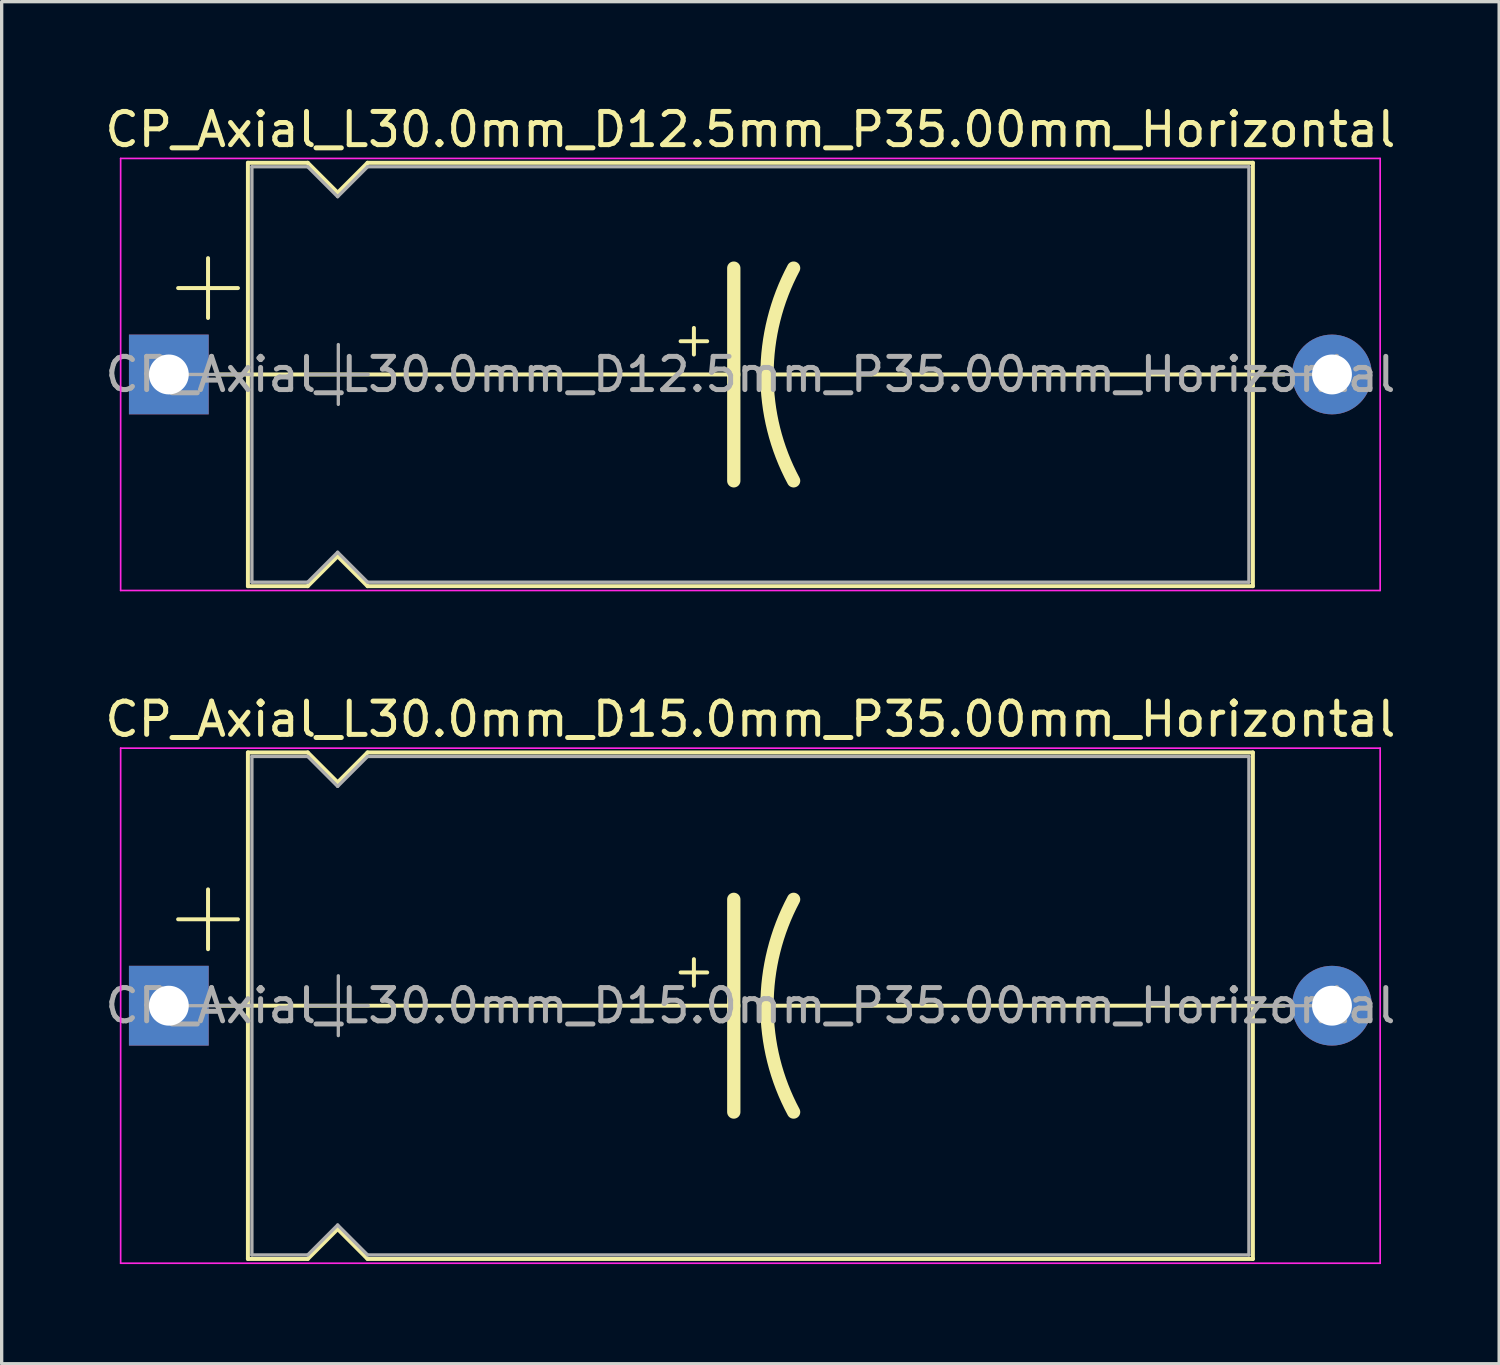
<source format=kicad_pcb>
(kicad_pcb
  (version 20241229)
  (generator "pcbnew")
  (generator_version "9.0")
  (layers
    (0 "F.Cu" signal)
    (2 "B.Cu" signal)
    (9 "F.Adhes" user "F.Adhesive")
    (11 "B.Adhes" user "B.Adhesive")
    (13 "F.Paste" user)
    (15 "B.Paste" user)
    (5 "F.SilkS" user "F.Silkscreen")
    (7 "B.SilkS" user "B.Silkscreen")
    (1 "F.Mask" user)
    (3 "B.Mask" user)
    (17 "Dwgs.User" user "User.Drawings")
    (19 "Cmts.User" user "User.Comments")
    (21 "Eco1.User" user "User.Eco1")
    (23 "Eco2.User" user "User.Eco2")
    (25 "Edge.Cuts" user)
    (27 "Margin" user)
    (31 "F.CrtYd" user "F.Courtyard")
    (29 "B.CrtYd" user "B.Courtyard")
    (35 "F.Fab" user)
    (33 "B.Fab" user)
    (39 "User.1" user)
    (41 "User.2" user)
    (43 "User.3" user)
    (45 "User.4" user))
  (footprint "CP_Axial_L30.0mm_D12.5mm_P35.00mm_Horizontal"
    (layer "F.Cu")
    (at 2.03 8.218)
    (property "Reference" "CP_Axial_L30.0mm_D12.5mm_P35.00mm_Horizontal" (at 17.5 -7.37 0) (layer "F.SilkS") (effects (font (size 1 1) (thickness 0.15))))
    (attr through_hole)
    (fp_line (start 0.28 -2.6) (end 2.08 -2.6) (stroke (width 0.12) (type solid)) (layer "F.SilkS"))
    (fp_line (start 1.18 -3.5) (end 1.18 -1.7) (stroke (width 0.12) (type solid)) (layer "F.SilkS"))
    (fp_line (start 1.44 0) (end 2.38 0) (stroke (width 0.12) (type solid)) (layer "F.SilkS"))
    (fp_line (start 2.38 -6.37) (end 2.38 6.37) (stroke (width 0.12) (type solid)) (layer "F.SilkS"))
    (fp_line (start 2.38 -6.37) (end 4.18 -6.37) (stroke (width 0.12) (type solid)) (layer "F.SilkS"))
    (fp_line (start 2.38 0) (end 17 0) (stroke (width 0.12) (type solid)) (layer "F.SilkS"))
    (fp_line (start 2.38 6.37) (end 4.18 6.37) (stroke (width 0.12) (type solid)) (layer "F.SilkS"))
    (fp_line (start 4.18 -6.37) (end 5.08 -5.47) (stroke (width 0.12) (type solid)) (layer "F.SilkS"))
    (fp_line (start 4.18 6.37) (end 5.08 5.47) (stroke (width 0.12) (type solid)) (layer "F.SilkS"))
    (fp_line (start 5.08 -5.47) (end 5.98 -6.37) (stroke (width 0.12) (type solid)) (layer "F.SilkS"))
    (fp_line (start 5.08 5.47) (end 5.98 6.37) (stroke (width 0.12) (type solid)) (layer "F.SilkS"))
    (fp_line (start 5.98 -6.37) (end 32.62 -6.37) (stroke (width 0.12) (type solid)) (layer "F.SilkS"))
    (fp_line (start 5.98 6.37) (end 32.62 6.37) (stroke (width 0.12) (type solid)) (layer "F.SilkS"))
    (fp_line (start 15.4 -1) (end 16.2 -1) (stroke (width 0.12) (type solid)) (layer "F.SilkS"))
    (fp_line (start 15.8 -1.4) (end 15.8 -0.6) (stroke (width 0.12) (type solid)) (layer "F.SilkS"))
    (fp_line (start 17 0) (end 17 -3.2) (stroke (width 0.4) (type solid)) (layer "F.SilkS"))
    (fp_line (start 17 0) (end 17 3.2) (stroke (width 0.4) (type solid)) (layer "F.SilkS"))
    (fp_line (start 32.62 -6.37) (end 32.62 6.37) (stroke (width 0.12) (type solid)) (layer "F.SilkS"))
    (fp_line (start 32.62 0) (end 18 0) (stroke (width 0.12) (type solid)) (layer "F.SilkS"))
    (fp_line (start 33.56 0) (end 32.62 0) (stroke (width 0.12) (type solid)) (layer "F.SilkS"))
    (fp_arc (start 18 0) (mid 18.203545 -1.649114) (end 18.8 -3.2) (stroke (width 0.4) (type solid)) (layer "F.SilkS"))
    (fp_arc (start 18.8 3.2) (mid 18.200709 1.649823) (end 18 0) (stroke (width 0.4) (type solid)) (layer "F.SilkS"))
    (fp_line (start -1.45 -6.5) (end -1.45 6.5) (stroke (width 0.05) (type solid)) (layer "F.CrtYd"))
    (fp_line (start -1.45 6.5) (end 36.45 6.5) (stroke (width 0.05) (type solid)) (layer "F.CrtYd"))
    (fp_line (start 36.45 -6.5) (end -1.45 -6.5) (stroke (width 0.05) (type solid)) (layer "F.CrtYd"))
    (fp_line (start 36.45 6.5) (end 36.45 -6.5) (stroke (width 0.05) (type solid)) (layer "F.CrtYd"))
    (fp_line (start 0 0) (end 2.5 0) (stroke (width 0.1) (type solid)) (layer "F.Fab"))
    (fp_line (start 2.5 -6.25) (end 2.5 6.25) (stroke (width 0.1) (type solid)) (layer "F.Fab"))
    (fp_line (start 2.5 -6.25) (end 4.18 -6.25) (stroke (width 0.1) (type solid)) (layer "F.Fab"))
    (fp_line (start 2.5 6.25) (end 4.18 6.25) (stroke (width 0.1) (type solid)) (layer "F.Fab"))
    (fp_line (start 4.18 -6.25) (end 5.08 -5.35) (stroke (width 0.1) (type solid)) (layer "F.Fab"))
    (fp_line (start 4.18 6.25) (end 5.08 5.35) (stroke (width 0.1) (type solid)) (layer "F.Fab"))
    (fp_line (start 4.2 0) (end 6 0) (stroke (width 0.1) (type solid)) (layer "F.Fab"))
    (fp_line (start 5.08 -5.35) (end 5.98 -6.25) (stroke (width 0.1) (type solid)) (layer "F.Fab"))
    (fp_line (start 5.08 5.35) (end 5.98 6.25) (stroke (width 0.1) (type solid)) (layer "F.Fab"))
    (fp_line (start 5.1 -0.9) (end 5.1 0.9) (stroke (width 0.1) (type solid)) (layer "F.Fab"))
    (fp_line (start 5.98 -6.25) (end 32.5 -6.25) (stroke (width 0.1) (type solid)) (layer "F.Fab"))
    (fp_line (start 5.98 6.25) (end 32.5 6.25) (stroke (width 0.1) (type solid)) (layer "F.Fab"))
    (fp_line (start 32.5 -6.25) (end 32.5 6.25) (stroke (width 0.1) (type solid)) (layer "F.Fab"))
    (fp_line (start 35 0) (end 32.5 0) (stroke (width 0.1) (type solid)) (layer "F.Fab"))
    (fp_text user "${REFERENCE}" (at 17.5 0 0) (layer "F.Fab") (effects (font (size 1 1) (thickness 0.15))))
    (pad "1" thru_hole rect (at 0 0) (size 2.4 2.4) (drill 1.2) (layers "*.Cu" "*.Mask"))
    (pad "2" thru_hole oval (at 35 0) (size 2.4 2.4) (drill 1.2) (layers "*.Cu" "*.Mask")))
  (footprint "CP_Axial_L30.0mm_D15.0mm_P35.00mm_Horizontal"
    (layer "F.Cu")
    (at 2.03 27.212)
    (property "Reference" "CP_Axial_L30.0mm_D15.0mm_P35.00mm_Horizontal" (at 17.5 -8.62 0) (layer "F.SilkS") (effects (font (size 1 1) (thickness 0.15))))
    (attr through_hole)
    (fp_line (start 0.28 -2.6) (end 2.08 -2.6) (stroke (width 0.12) (type solid)) (layer "F.SilkS"))
    (fp_line (start 1.18 -3.5) (end 1.18 -1.7) (stroke (width 0.12) (type solid)) (layer "F.SilkS"))
    (fp_line (start 1.44 0) (end 2.38 0) (stroke (width 0.12) (type solid)) (layer "F.SilkS"))
    (fp_line (start 2.38 -7.62) (end 2.38 7.62) (stroke (width 0.12) (type solid)) (layer "F.SilkS"))
    (fp_line (start 2.38 -7.62) (end 4.18 -7.62) (stroke (width 0.12) (type solid)) (layer "F.SilkS"))
    (fp_line (start 2.38 0) (end 17 0) (stroke (width 0.12) (type solid)) (layer "F.SilkS"))
    (fp_line (start 2.38 7.62) (end 4.18 7.62) (stroke (width 0.12) (type solid)) (layer "F.SilkS"))
    (fp_line (start 4.18 -7.62) (end 5.08 -6.72) (stroke (width 0.12) (type solid)) (layer "F.SilkS"))
    (fp_line (start 4.18 7.62) (end 5.08 6.72) (stroke (width 0.12) (type solid)) (layer "F.SilkS"))
    (fp_line (start 5.08 -6.72) (end 5.98 -7.62) (stroke (width 0.12) (type solid)) (layer "F.SilkS"))
    (fp_line (start 5.08 6.72) (end 5.98 7.62) (stroke (width 0.12) (type solid)) (layer "F.SilkS"))
    (fp_line (start 5.98 -7.62) (end 32.62 -7.62) (stroke (width 0.12) (type solid)) (layer "F.SilkS"))
    (fp_line (start 5.98 7.62) (end 32.62 7.62) (stroke (width 0.12) (type solid)) (layer "F.SilkS"))
    (fp_line (start 15.4 -1) (end 16.2 -1) (stroke (width 0.12) (type solid)) (layer "F.SilkS"))
    (fp_line (start 15.8 -1.4) (end 15.8 -0.6) (stroke (width 0.12) (type solid)) (layer "F.SilkS"))
    (fp_line (start 17 0) (end 17 -3.2) (stroke (width 0.4) (type solid)) (layer "F.SilkS"))
    (fp_line (start 17 0) (end 17 3.2) (stroke (width 0.4) (type solid)) (layer "F.SilkS"))
    (fp_line (start 32.62 -7.62) (end 32.62 7.62) (stroke (width 0.12) (type solid)) (layer "F.SilkS"))
    (fp_line (start 32.62 0) (end 18 0) (stroke (width 0.12) (type solid)) (layer "F.SilkS"))
    (fp_line (start 33.56 0) (end 32.62 0) (stroke (width 0.12) (type solid)) (layer "F.SilkS"))
    (fp_arc (start 18 0) (mid 18.203545 -1.649114) (end 18.8 -3.2) (stroke (width 0.4) (type solid)) (layer "F.SilkS"))
    (fp_arc (start 18.8 3.2) (mid 18.200709 1.649823) (end 18 0) (stroke (width 0.4) (type solid)) (layer "F.SilkS"))
    (fp_line (start -1.45 -7.75) (end -1.45 7.75) (stroke (width 0.05) (type solid)) (layer "F.CrtYd"))
    (fp_line (start -1.45 7.75) (end 36.45 7.75) (stroke (width 0.05) (type solid)) (layer "F.CrtYd"))
    (fp_line (start 36.45 -7.75) (end -1.45 -7.75) (stroke (width 0.05) (type solid)) (layer "F.CrtYd"))
    (fp_line (start 36.45 7.75) (end 36.45 -7.75) (stroke (width 0.05) (type solid)) (layer "F.CrtYd"))
    (fp_line (start 0 0) (end 2.5 0) (stroke (width 0.1) (type solid)) (layer "F.Fab"))
    (fp_line (start 2.5 -7.5) (end 2.5 7.5) (stroke (width 0.1) (type solid)) (layer "F.Fab"))
    (fp_line (start 2.5 -7.5) (end 4.18 -7.5) (stroke (width 0.1) (type solid)) (layer "F.Fab"))
    (fp_line (start 2.5 7.5) (end 4.18 7.5) (stroke (width 0.1) (type solid)) (layer "F.Fab"))
    (fp_line (start 4.18 -7.5) (end 5.08 -6.6) (stroke (width 0.1) (type solid)) (layer "F.Fab"))
    (fp_line (start 4.18 7.5) (end 5.08 6.6) (stroke (width 0.1) (type solid)) (layer "F.Fab"))
    (fp_line (start 4.2 0) (end 6 0) (stroke (width 0.1) (type solid)) (layer "F.Fab"))
    (fp_line (start 5.08 -6.6) (end 5.98 -7.5) (stroke (width 0.1) (type solid)) (layer "F.Fab"))
    (fp_line (start 5.08 6.6) (end 5.98 7.5) (stroke (width 0.1) (type solid)) (layer "F.Fab"))
    (fp_line (start 5.1 -0.9) (end 5.1 0.9) (stroke (width 0.1) (type solid)) (layer "F.Fab"))
    (fp_line (start 5.98 -7.5) (end 32.5 -7.5) (stroke (width 0.1) (type solid)) (layer "F.Fab"))
    (fp_line (start 5.98 7.5) (end 32.5 7.5) (stroke (width 0.1) (type solid)) (layer "F.Fab"))
    (fp_line (start 32.5 -7.5) (end 32.5 7.5) (stroke (width 0.1) (type solid)) (layer "F.Fab"))
    (fp_line (start 35 0) (end 32.5 0) (stroke (width 0.1) (type solid)) (layer "F.Fab"))
    (fp_text user "${REFERENCE}" (at 17.5 0 0) (layer "F.Fab") (effects (font (size 1 1) (thickness 0.15))))
    (pad "1" thru_hole rect (at 0 0) (size 2.4 2.4) (drill 1.2) (layers "*.Cu" "*.Mask"))
    (pad "2" thru_hole oval (at 35 0) (size 2.4 2.4) (drill 1.2) (layers "*.Cu" "*.Mask")))
  (gr_rect
    (start -3 -3)
    (end 42.06 37.986)
    (stroke (width 0.1) (type default))
    (fill no)
    (layer "Edge.Cuts")))
</source>
